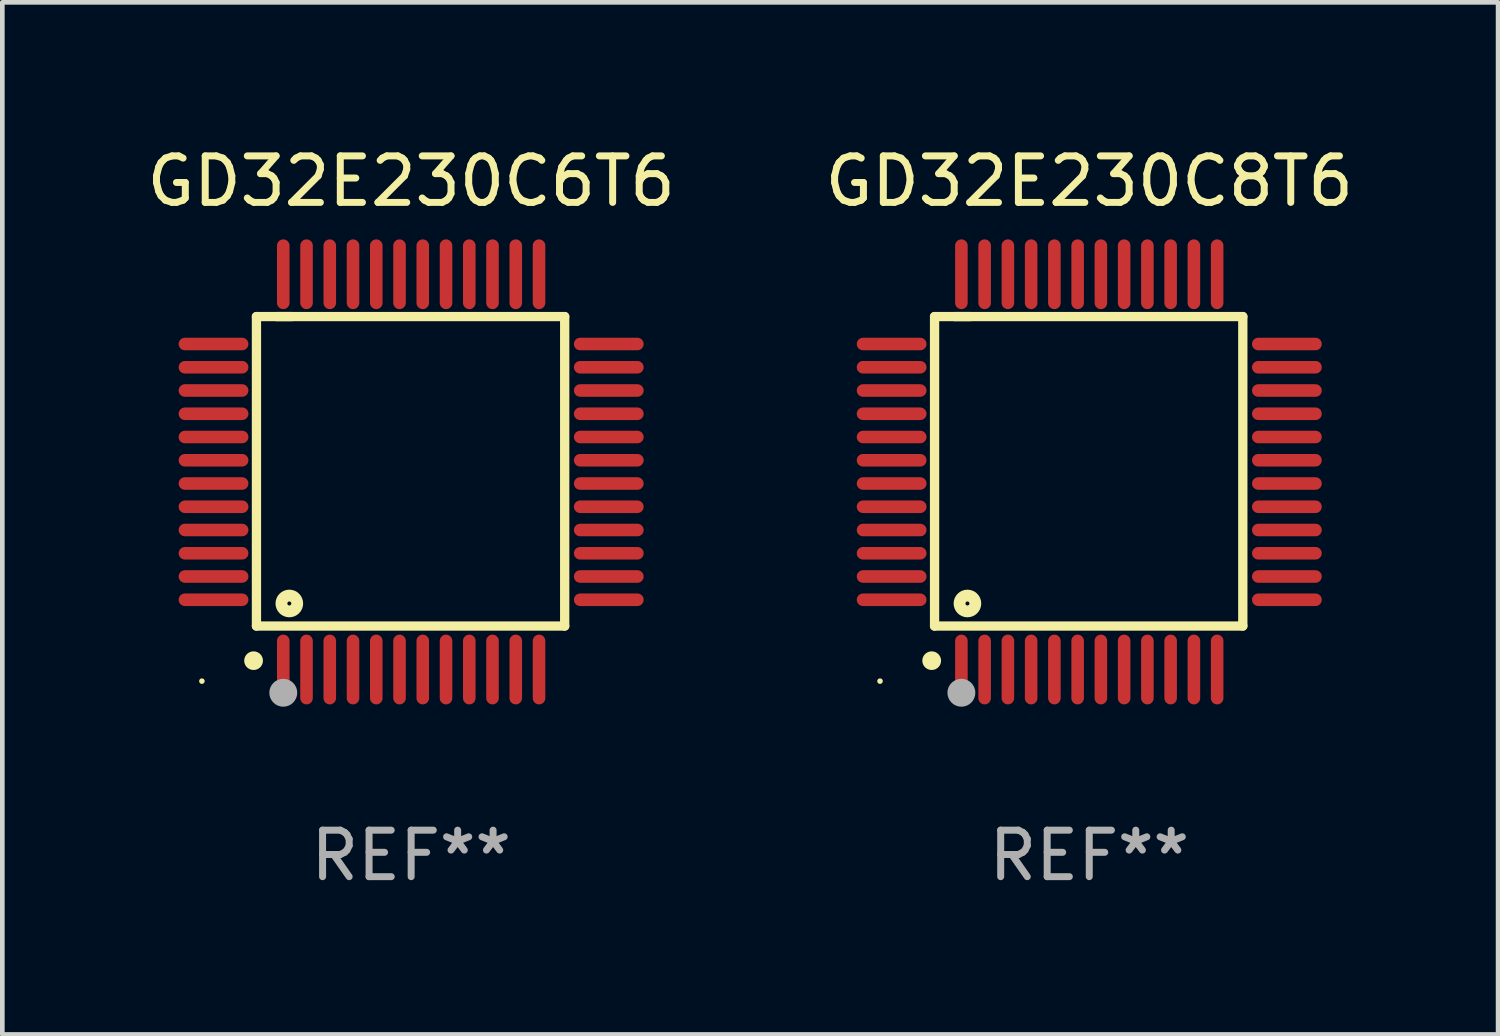
<source format=kicad_pcb>
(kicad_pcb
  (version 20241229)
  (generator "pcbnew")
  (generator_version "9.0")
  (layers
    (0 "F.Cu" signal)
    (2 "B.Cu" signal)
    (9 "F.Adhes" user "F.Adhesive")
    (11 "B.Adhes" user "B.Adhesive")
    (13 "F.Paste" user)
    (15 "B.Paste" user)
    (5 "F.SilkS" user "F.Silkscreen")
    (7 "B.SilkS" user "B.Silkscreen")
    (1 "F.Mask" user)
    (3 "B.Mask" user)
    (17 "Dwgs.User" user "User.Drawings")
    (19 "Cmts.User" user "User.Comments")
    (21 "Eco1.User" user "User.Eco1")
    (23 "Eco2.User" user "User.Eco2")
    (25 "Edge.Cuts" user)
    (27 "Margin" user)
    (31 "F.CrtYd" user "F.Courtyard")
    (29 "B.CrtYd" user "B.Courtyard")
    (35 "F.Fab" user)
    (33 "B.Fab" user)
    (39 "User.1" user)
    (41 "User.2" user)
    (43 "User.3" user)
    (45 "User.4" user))
  (footprint "GD32E230C8T6"
    (layer "F.Cu")
    (at 20.375 7.098)
    (property "Reference" "GD32E230C8T6" (at 0 -6.25 0) (layer "F.SilkS") (effects (font (size 1 1) (thickness 0.15))))
    (attr through_hole)
    (fp_line (start -3.327 -3.34) (end -2.565 -3.34) (stroke (width 0.2) (type solid)) (layer "F.SilkS"))
    (fp_line (start -3.327 3.315) (end -3.327 -3.34) (stroke (width 0.2) (type solid)) (layer "F.SilkS"))
    (fp_line (start -2.896 -3.34) (end 3.302 -3.34) (stroke (width 0.2) (type solid)) (layer "F.SilkS"))
    (fp_line (start 3.302 -3.34) (end 3.302 3.315) (stroke (width 0.2) (type solid)) (layer "F.SilkS"))
    (fp_line (start 3.302 3.315) (end -3.327 3.315) (stroke (width 0.2) (type solid)) (layer "F.SilkS"))
    (fp_arc (start -3.389992 4.059995) (mid -3.388722 4.059991) (end -3.387452 4.059995) (stroke (width 0.4) (type solid)) (layer "F.SilkS"))
    (fp_circle (center -4.5 4.5) (end -4.47 4.5) (stroke (width 0.06) (type solid)) (fill no) (layer "F.SilkS"))
    (fp_circle (center -2.62 2.83) (end -2.45 2.83) (stroke (width 0.254) (type solid)) (fill no) (layer "F.SilkS"))
    (fp_circle (center -2.75 4.75) (end -2.6 4.75) (stroke (width 0.3) (type solid)) (fill no) (layer "F.Fab"))
    (fp_text user "REF**" (at 0 8.25 0) (layer "F.Fab") (effects (font (size 1 1) (thickness 0.15))))
    (pad "1" smd oval (at -2.75 4.25) (size 0.27 1.5) (layers "F.Cu" "F.Mask" "F.Paste"))
    (pad "2" smd oval (at -2.25 4.25) (size 0.27 1.5) (layers "F.Cu" "F.Mask" "F.Paste"))
    (pad "3" smd oval (at -1.75 4.25) (size 0.27 1.5) (layers "F.Cu" "F.Mask" "F.Paste"))
    (pad "4" smd oval (at -1.25 4.25) (size 0.27 1.5) (layers "F.Cu" "F.Mask" "F.Paste"))
    (pad "5" smd oval (at -0.75 4.25) (size 0.27 1.5) (layers "F.Cu" "F.Mask" "F.Paste"))
    (pad "6" smd oval (at -0.25 4.25) (size 0.27 1.5) (layers "F.Cu" "F.Mask" "F.Paste"))
    (pad "7" smd oval (at 0.25 4.25) (size 0.27 1.5) (layers "F.Cu" "F.Mask" "F.Paste"))
    (pad "8" smd oval (at 0.75 4.25) (size 0.27 1.5) (layers "F.Cu" "F.Mask" "F.Paste"))
    (pad "9" smd oval (at 1.25 4.25) (size 0.27 1.5) (layers "F.Cu" "F.Mask" "F.Paste"))
    (pad "10" smd oval (at 1.75 4.25) (size 0.27 1.5) (layers "F.Cu" "F.Mask" "F.Paste"))
    (pad "11" smd oval (at 2.25 4.25) (size 0.27 1.5) (layers "F.Cu" "F.Mask" "F.Paste"))
    (pad "12" smd oval (at 2.75 4.25) (size 0.27 1.5) (layers "F.Cu" "F.Mask" "F.Paste"))
    (pad "13" smd oval (at 4.25 2.75) (size 1.5 0.27) (layers "F.Cu" "F.Mask" "F.Paste"))
    (pad "14" smd oval (at 4.25 2.25) (size 1.5 0.27) (layers "F.Cu" "F.Mask" "F.Paste"))
    (pad "15" smd oval (at 4.25 1.75) (size 1.5 0.27) (layers "F.Cu" "F.Mask" "F.Paste"))
    (pad "16" smd oval (at 4.25 1.25) (size 1.5 0.27) (layers "F.Cu" "F.Mask" "F.Paste"))
    (pad "17" smd oval (at 4.25 0.75) (size 1.5 0.27) (layers "F.Cu" "F.Mask" "F.Paste"))
    (pad "18" smd oval (at 4.25 0.25) (size 1.5 0.27) (layers "F.Cu" "F.Mask" "F.Paste"))
    (pad "19" smd oval (at 4.25 -0.25) (size 1.5 0.27) (layers "F.Cu" "F.Mask" "F.Paste"))
    (pad "20" smd oval (at 4.25 -0.75) (size 1.5 0.27) (layers "F.Cu" "F.Mask" "F.Paste"))
    (pad "21" smd oval (at 4.25 -1.25) (size 1.5 0.27) (layers "F.Cu" "F.Mask" "F.Paste"))
    (pad "22" smd oval (at 4.25 -1.75) (size 1.5 0.27) (layers "F.Cu" "F.Mask" "F.Paste"))
    (pad "23" smd oval (at 4.25 -2.25) (size 1.5 0.27) (layers "F.Cu" "F.Mask" "F.Paste"))
    (pad "24" smd oval (at 4.25 -2.75) (size 1.5 0.27) (layers "F.Cu" "F.Mask" "F.Paste"))
    (pad "25" smd oval (at 2.75 -4.25) (size 0.27 1.5) (layers "F.Cu" "F.Mask" "F.Paste"))
    (pad "26" smd oval (at 2.25 -4.25) (size 0.27 1.5) (layers "F.Cu" "F.Mask" "F.Paste"))
    (pad "27" smd oval (at 1.75 -4.25) (size 0.27 1.5) (layers "F.Cu" "F.Mask" "F.Paste"))
    (pad "28" smd oval (at 1.25 -4.25) (size 0.27 1.5) (layers "F.Cu" "F.Mask" "F.Paste"))
    (pad "29" smd oval (at 0.75 -4.25) (size 0.27 1.5) (layers "F.Cu" "F.Mask" "F.Paste"))
    (pad "30" smd oval (at 0.25 -4.25) (size 0.27 1.5) (layers "F.Cu" "F.Mask" "F.Paste"))
    (pad "31" smd oval (at -0.25 -4.25) (size 0.27 1.5) (layers "F.Cu" "F.Mask" "F.Paste"))
    (pad "32" smd oval (at -0.75 -4.25) (size 0.27 1.5) (layers "F.Cu" "F.Mask" "F.Paste"))
    (pad "33" smd oval (at -1.25 -4.25) (size 0.27 1.5) (layers "F.Cu" "F.Mask" "F.Paste"))
    (pad "34" smd oval (at -1.75 -4.25) (size 0.27 1.5) (layers "F.Cu" "F.Mask" "F.Paste"))
    (pad "35" smd oval (at -2.25 -4.25) (size 0.27 1.5) (layers "F.Cu" "F.Mask" "F.Paste"))
    (pad "36" smd oval (at -2.75 -4.25) (size 0.27 1.5) (layers "F.Cu" "F.Mask" "F.Paste"))
    (pad "37" smd oval (at -4.25 -2.75) (size 1.5 0.27) (layers "F.Cu" "F.Mask" "F.Paste"))
    (pad "38" smd oval (at -4.25 -2.25) (size 1.5 0.27) (layers "F.Cu" "F.Mask" "F.Paste"))
    (pad "39" smd oval (at -4.25 -1.75) (size 1.5 0.27) (layers "F.Cu" "F.Mask" "F.Paste"))
    (pad "40" smd oval (at -4.25 -1.25) (size 1.5 0.27) (layers "F.Cu" "F.Mask" "F.Paste"))
    (pad "41" smd oval (at -4.25 -0.75) (size 1.5 0.27) (layers "F.Cu" "F.Mask" "F.Paste"))
    (pad "42" smd oval (at -4.25 -0.25) (size 1.5 0.27) (layers "F.Cu" "F.Mask" "F.Paste"))
    (pad "43" smd oval (at -4.25 0.25) (size 1.5 0.27) (layers "F.Cu" "F.Mask" "F.Paste"))
    (pad "44" smd oval (at -4.25 0.75) (size 1.5 0.27) (layers "F.Cu" "F.Mask" "F.Paste"))
    (pad "45" smd oval (at -4.25 1.25) (size 1.5 0.27) (layers "F.Cu" "F.Mask" "F.Paste"))
    (pad "46" smd oval (at -4.25 1.75) (size 1.5 0.27) (layers "F.Cu" "F.Mask" "F.Paste"))
    (pad "47" smd oval (at -4.25 2.25) (size 1.5 0.27) (layers "F.Cu" "F.Mask" "F.Paste"))
    (pad "48" smd oval (at -4.25 2.75) (size 1.5 0.27) (layers "F.Cu" "F.Mask" "F.Paste")))
  (footprint "GD32E230C6T6"
    (layer "F.Cu")
    (at 5.792 7.098)
    (property "Reference" "GD32E230C6T6" (at 0 -6.25 0) (layer "F.SilkS") (effects (font (size 1 1) (thickness 0.15))))
    (attr through_hole)
    (fp_line (start -3.327 -3.34) (end -2.565 -3.34) (stroke (width 0.2) (type solid)) (layer "F.SilkS"))
    (fp_line (start -3.327 3.315) (end -3.327 -3.34) (stroke (width 0.2) (type solid)) (layer "F.SilkS"))
    (fp_line (start -2.896 -3.34) (end 3.302 -3.34) (stroke (width 0.2) (type solid)) (layer "F.SilkS"))
    (fp_line (start 3.302 -3.34) (end 3.302 3.315) (stroke (width 0.2) (type solid)) (layer "F.SilkS"))
    (fp_line (start 3.302 3.315) (end -3.327 3.315) (stroke (width 0.2) (type solid)) (layer "F.SilkS"))
    (fp_arc (start -3.389992 4.059995) (mid -3.388722 4.059991) (end -3.387452 4.059995) (stroke (width 0.4) (type solid)) (layer "F.SilkS"))
    (fp_circle (center -4.5 4.5) (end -4.47 4.5) (stroke (width 0.06) (type solid)) (fill no) (layer "F.SilkS"))
    (fp_circle (center -2.62 2.83) (end -2.45 2.83) (stroke (width 0.254) (type solid)) (fill no) (layer "F.SilkS"))
    (fp_circle (center -2.75 4.75) (end -2.6 4.75) (stroke (width 0.3) (type solid)) (fill no) (layer "F.Fab"))
    (fp_text user "REF**" (at 0 8.25 0) (layer "F.Fab") (effects (font (size 1 1) (thickness 0.15))))
    (pad "1" smd oval (at -2.75 4.25) (size 0.27 1.5) (layers "F.Cu" "F.Mask" "F.Paste"))
    (pad "2" smd oval (at -2.25 4.25) (size 0.27 1.5) (layers "F.Cu" "F.Mask" "F.Paste"))
    (pad "3" smd oval (at -1.75 4.25) (size 0.27 1.5) (layers "F.Cu" "F.Mask" "F.Paste"))
    (pad "4" smd oval (at -1.25 4.25) (size 0.27 1.5) (layers "F.Cu" "F.Mask" "F.Paste"))
    (pad "5" smd oval (at -0.75 4.25) (size 0.27 1.5) (layers "F.Cu" "F.Mask" "F.Paste"))
    (pad "6" smd oval (at -0.25 4.25) (size 0.27 1.5) (layers "F.Cu" "F.Mask" "F.Paste"))
    (pad "7" smd oval (at 0.25 4.25) (size 0.27 1.5) (layers "F.Cu" "F.Mask" "F.Paste"))
    (pad "8" smd oval (at 0.75 4.25) (size 0.27 1.5) (layers "F.Cu" "F.Mask" "F.Paste"))
    (pad "9" smd oval (at 1.25 4.25) (size 0.27 1.5) (layers "F.Cu" "F.Mask" "F.Paste"))
    (pad "10" smd oval (at 1.75 4.25) (size 0.27 1.5) (layers "F.Cu" "F.Mask" "F.Paste"))
    (pad "11" smd oval (at 2.25 4.25) (size 0.27 1.5) (layers "F.Cu" "F.Mask" "F.Paste"))
    (pad "12" smd oval (at 2.75 4.25) (size 0.27 1.5) (layers "F.Cu" "F.Mask" "F.Paste"))
    (pad "13" smd oval (at 4.25 2.75) (size 1.5 0.27) (layers "F.Cu" "F.Mask" "F.Paste"))
    (pad "14" smd oval (at 4.25 2.25) (size 1.5 0.27) (layers "F.Cu" "F.Mask" "F.Paste"))
    (pad "15" smd oval (at 4.25 1.75) (size 1.5 0.27) (layers "F.Cu" "F.Mask" "F.Paste"))
    (pad "16" smd oval (at 4.25 1.25) (size 1.5 0.27) (layers "F.Cu" "F.Mask" "F.Paste"))
    (pad "17" smd oval (at 4.25 0.75) (size 1.5 0.27) (layers "F.Cu" "F.Mask" "F.Paste"))
    (pad "18" smd oval (at 4.25 0.25) (size 1.5 0.27) (layers "F.Cu" "F.Mask" "F.Paste"))
    (pad "19" smd oval (at 4.25 -0.25) (size 1.5 0.27) (layers "F.Cu" "F.Mask" "F.Paste"))
    (pad "20" smd oval (at 4.25 -0.75) (size 1.5 0.27) (layers "F.Cu" "F.Mask" "F.Paste"))
    (pad "21" smd oval (at 4.25 -1.25) (size 1.5 0.27) (layers "F.Cu" "F.Mask" "F.Paste"))
    (pad "22" smd oval (at 4.25 -1.75) (size 1.5 0.27) (layers "F.Cu" "F.Mask" "F.Paste"))
    (pad "23" smd oval (at 4.25 -2.25) (size 1.5 0.27) (layers "F.Cu" "F.Mask" "F.Paste"))
    (pad "24" smd oval (at 4.25 -2.75) (size 1.5 0.27) (layers "F.Cu" "F.Mask" "F.Paste"))
    (pad "25" smd oval (at 2.75 -4.25) (size 0.27 1.5) (layers "F.Cu" "F.Mask" "F.Paste"))
    (pad "26" smd oval (at 2.25 -4.25) (size 0.27 1.5) (layers "F.Cu" "F.Mask" "F.Paste"))
    (pad "27" smd oval (at 1.75 -4.25) (size 0.27 1.5) (layers "F.Cu" "F.Mask" "F.Paste"))
    (pad "28" smd oval (at 1.25 -4.25) (size 0.27 1.5) (layers "F.Cu" "F.Mask" "F.Paste"))
    (pad "29" smd oval (at 0.75 -4.25) (size 0.27 1.5) (layers "F.Cu" "F.Mask" "F.Paste"))
    (pad "30" smd oval (at 0.25 -4.25) (size 0.27 1.5) (layers "F.Cu" "F.Mask" "F.Paste"))
    (pad "31" smd oval (at -0.25 -4.25) (size 0.27 1.5) (layers "F.Cu" "F.Mask" "F.Paste"))
    (pad "32" smd oval (at -0.75 -4.25) (size 0.27 1.5) (layers "F.Cu" "F.Mask" "F.Paste"))
    (pad "33" smd oval (at -1.25 -4.25) (size 0.27 1.5) (layers "F.Cu" "F.Mask" "F.Paste"))
    (pad "34" smd oval (at -1.75 -4.25) (size 0.27 1.5) (layers "F.Cu" "F.Mask" "F.Paste"))
    (pad "35" smd oval (at -2.25 -4.25) (size 0.27 1.5) (layers "F.Cu" "F.Mask" "F.Paste"))
    (pad "36" smd oval (at -2.75 -4.25) (size 0.27 1.5) (layers "F.Cu" "F.Mask" "F.Paste"))
    (pad "37" smd oval (at -4.25 -2.75) (size 1.5 0.27) (layers "F.Cu" "F.Mask" "F.Paste"))
    (pad "38" smd oval (at -4.25 -2.25) (size 1.5 0.27) (layers "F.Cu" "F.Mask" "F.Paste"))
    (pad "39" smd oval (at -4.25 -1.75) (size 1.5 0.27) (layers "F.Cu" "F.Mask" "F.Paste"))
    (pad "40" smd oval (at -4.25 -1.25) (size 1.5 0.27) (layers "F.Cu" "F.Mask" "F.Paste"))
    (pad "41" smd oval (at -4.25 -0.75) (size 1.5 0.27) (layers "F.Cu" "F.Mask" "F.Paste"))
    (pad "42" smd oval (at -4.25 -0.25) (size 1.5 0.27) (layers "F.Cu" "F.Mask" "F.Paste"))
    (pad "43" smd oval (at -4.25 0.25) (size 1.5 0.27) (layers "F.Cu" "F.Mask" "F.Paste"))
    (pad "44" smd oval (at -4.25 0.75) (size 1.5 0.27) (layers "F.Cu" "F.Mask" "F.Paste"))
    (pad "45" smd oval (at -4.25 1.25) (size 1.5 0.27) (layers "F.Cu" "F.Mask" "F.Paste"))
    (pad "46" smd oval (at -4.25 1.75) (size 1.5 0.27) (layers "F.Cu" "F.Mask" "F.Paste"))
    (pad "47" smd oval (at -4.25 2.25) (size 1.5 0.27) (layers "F.Cu" "F.Mask" "F.Paste"))
    (pad "48" smd oval (at -4.25 2.75) (size 1.5 0.27) (layers "F.Cu" "F.Mask" "F.Paste")))
  (gr_rect
    (start -3 -3)
    (end 29.167 19.196)
    (stroke (width 0.1) (type default))
    (fill no)
    (layer "Edge.Cuts")))
</source>
